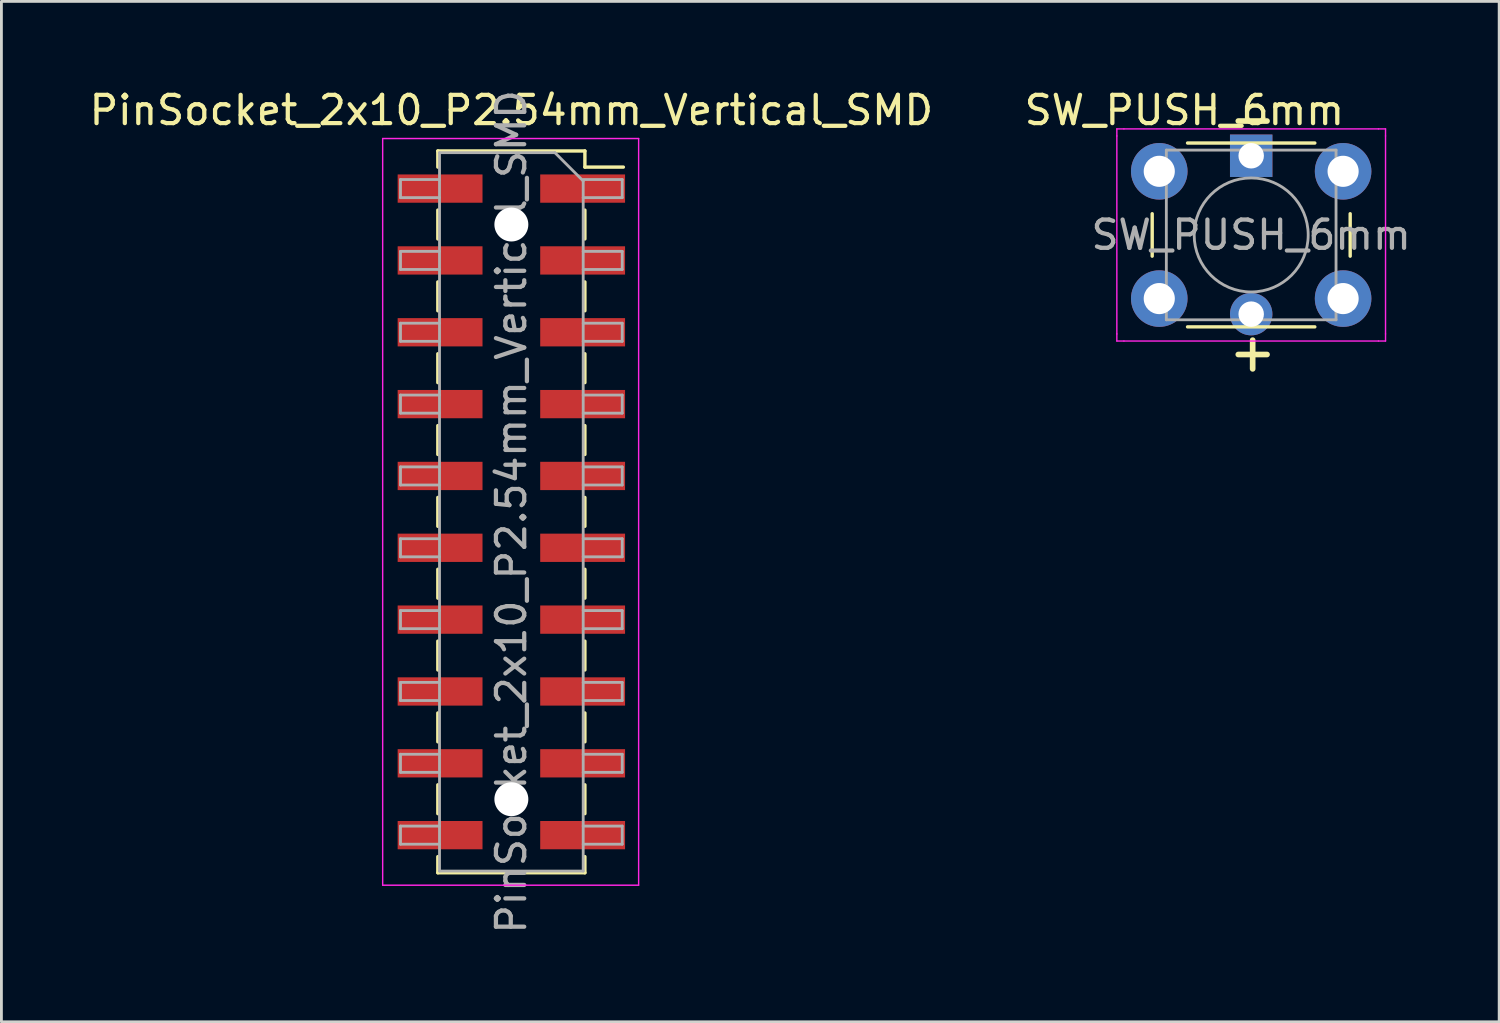
<source format=kicad_pcb>
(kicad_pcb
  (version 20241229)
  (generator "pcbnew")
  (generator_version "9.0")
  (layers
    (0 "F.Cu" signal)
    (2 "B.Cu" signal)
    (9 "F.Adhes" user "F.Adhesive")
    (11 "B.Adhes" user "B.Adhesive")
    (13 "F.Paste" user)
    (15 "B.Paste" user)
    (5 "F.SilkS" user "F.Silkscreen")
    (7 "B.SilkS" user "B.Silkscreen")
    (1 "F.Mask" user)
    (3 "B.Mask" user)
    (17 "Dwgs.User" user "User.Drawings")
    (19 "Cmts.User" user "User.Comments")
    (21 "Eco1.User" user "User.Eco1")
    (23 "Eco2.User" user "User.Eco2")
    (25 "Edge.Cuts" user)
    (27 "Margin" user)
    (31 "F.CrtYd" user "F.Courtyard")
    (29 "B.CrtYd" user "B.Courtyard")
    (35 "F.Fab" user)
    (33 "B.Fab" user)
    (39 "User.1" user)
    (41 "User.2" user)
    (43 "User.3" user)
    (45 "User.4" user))
  (footprint "PinSocket_2x10_P2.54mm_Vertical_SMD"
    (layer "F.Cu")
    (at 15.03 15.048)
    (property "Reference" "PinSocket_2x10_P2.54mm_Vertical_SMD" (at 0 -14.2 0) (layer "F.SilkS") (effects (font (size 1 1) (thickness 0.15))))
    (attr smd)
    (fp_line (start -2.6 -12.76) (end -2.6 -12.19) (stroke (width 0.12) (type solid)) (layer "F.SilkS"))
    (fp_line (start -2.6 -12.76) (end 2.6 -12.76) (stroke (width 0.12) (type solid)) (layer "F.SilkS"))
    (fp_line (start -2.6 -10.67) (end -2.6 -9.65) (stroke (width 0.12) (type solid)) (layer "F.SilkS"))
    (fp_line (start -2.6 -8.13) (end -2.6 -7.11) (stroke (width 0.12) (type solid)) (layer "F.SilkS"))
    (fp_line (start -2.6 -5.59) (end -2.6 -4.57) (stroke (width 0.12) (type solid)) (layer "F.SilkS"))
    (fp_line (start -2.6 -3.05) (end -2.6 -2.03) (stroke (width 0.12) (type solid)) (layer "F.SilkS"))
    (fp_line (start -2.6 -0.51) (end -2.6 0.51) (stroke (width 0.12) (type solid)) (layer "F.SilkS"))
    (fp_line (start -2.6 2.03) (end -2.6 3.05) (stroke (width 0.12) (type solid)) (layer "F.SilkS"))
    (fp_line (start -2.6 4.57) (end -2.6 5.59) (stroke (width 0.12) (type solid)) (layer "F.SilkS"))
    (fp_line (start -2.6 7.11) (end -2.6 8.13) (stroke (width 0.12) (type solid)) (layer "F.SilkS"))
    (fp_line (start -2.6 9.65) (end -2.6 10.67) (stroke (width 0.12) (type solid)) (layer "F.SilkS"))
    (fp_line (start -2.6 12.19) (end -2.6 12.76) (stroke (width 0.12) (type solid)) (layer "F.SilkS"))
    (fp_line (start -2.6 12.76) (end 2.6 12.76) (stroke (width 0.12) (type solid)) (layer "F.SilkS"))
    (fp_line (start 2.6 -12.76) (end 2.6 -12.19) (stroke (width 0.12) (type solid)) (layer "F.SilkS"))
    (fp_line (start 2.6 -12.19) (end 3.96 -12.19) (stroke (width 0.12) (type solid)) (layer "F.SilkS"))
    (fp_line (start 2.6 -10.67) (end 2.6 -9.65) (stroke (width 0.12) (type solid)) (layer "F.SilkS"))
    (fp_line (start 2.6 -8.13) (end 2.6 -7.11) (stroke (width 0.12) (type solid)) (layer "F.SilkS"))
    (fp_line (start 2.6 -5.59) (end 2.6 -4.57) (stroke (width 0.12) (type solid)) (layer "F.SilkS"))
    (fp_line (start 2.6 -3.05) (end 2.6 -2.03) (stroke (width 0.12) (type solid)) (layer "F.SilkS"))
    (fp_line (start 2.6 -0.51) (end 2.6 0.51) (stroke (width 0.12) (type solid)) (layer "F.SilkS"))
    (fp_line (start 2.6 2.03) (end 2.6 3.05) (stroke (width 0.12) (type solid)) (layer "F.SilkS"))
    (fp_line (start 2.6 4.57) (end 2.6 5.59) (stroke (width 0.12) (type solid)) (layer "F.SilkS"))
    (fp_line (start 2.6 7.11) (end 2.6 8.13) (stroke (width 0.12) (type solid)) (layer "F.SilkS"))
    (fp_line (start 2.6 9.65) (end 2.6 10.67) (stroke (width 0.12) (type solid)) (layer "F.SilkS"))
    (fp_line (start 2.6 12.19) (end 2.6 12.76) (stroke (width 0.12) (type solid)) (layer "F.SilkS"))
    (fp_line (start -4.55 -13.2) (end 4.5 -13.2) (stroke (width 0.05) (type solid)) (layer "F.CrtYd"))
    (fp_line (start -4.55 13.2) (end -4.55 -13.2) (stroke (width 0.05) (type solid)) (layer "F.CrtYd"))
    (fp_line (start 4.5 -13.2) (end 4.5 13.2) (stroke (width 0.05) (type solid)) (layer "F.CrtYd"))
    (fp_line (start 4.5 13.2) (end -4.55 13.2) (stroke (width 0.05) (type solid)) (layer "F.CrtYd"))
    (fp_line (start -3.92 -11.75) (end -2.54 -11.75) (stroke (width 0.1) (type solid)) (layer "F.Fab"))
    (fp_line (start -3.92 -11.11) (end -3.92 -11.75) (stroke (width 0.1) (type solid)) (layer "F.Fab"))
    (fp_line (start -3.92 -9.21) (end -2.54 -9.21) (stroke (width 0.1) (type solid)) (layer "F.Fab"))
    (fp_line (start -3.92 -8.57) (end -3.92 -9.21) (stroke (width 0.1) (type solid)) (layer "F.Fab"))
    (fp_line (start -3.92 -6.67) (end -2.54 -6.67) (stroke (width 0.1) (type solid)) (layer "F.Fab"))
    (fp_line (start -3.92 -6.03) (end -3.92 -6.67) (stroke (width 0.1) (type solid)) (layer "F.Fab"))
    (fp_line (start -3.92 -4.13) (end -2.54 -4.13) (stroke (width 0.1) (type solid)) (layer "F.Fab"))
    (fp_line (start -3.92 -3.49) (end -3.92 -4.13) (stroke (width 0.1) (type solid)) (layer "F.Fab"))
    (fp_line (start -3.92 -1.59) (end -2.54 -1.59) (stroke (width 0.1) (type solid)) (layer "F.Fab"))
    (fp_line (start -3.92 -0.95) (end -3.92 -1.59) (stroke (width 0.1) (type solid)) (layer "F.Fab"))
    (fp_line (start -3.92 0.95) (end -2.54 0.95) (stroke (width 0.1) (type solid)) (layer "F.Fab"))
    (fp_line (start -3.92 1.59) (end -3.92 0.95) (stroke (width 0.1) (type solid)) (layer "F.Fab"))
    (fp_line (start -3.92 3.49) (end -2.54 3.49) (stroke (width 0.1) (type solid)) (layer "F.Fab"))
    (fp_line (start -3.92 4.13) (end -3.92 3.49) (stroke (width 0.1) (type solid)) (layer "F.Fab"))
    (fp_line (start -3.92 6.03) (end -2.54 6.03) (stroke (width 0.1) (type solid)) (layer "F.Fab"))
    (fp_line (start -3.92 6.67) (end -3.92 6.03) (stroke (width 0.1) (type solid)) (layer "F.Fab"))
    (fp_line (start -3.92 8.57) (end -2.54 8.57) (stroke (width 0.1) (type solid)) (layer "F.Fab"))
    (fp_line (start -3.92 9.21) (end -3.92 8.57) (stroke (width 0.1) (type solid)) (layer "F.Fab"))
    (fp_line (start -3.92 11.11) (end -2.54 11.11) (stroke (width 0.1) (type solid)) (layer "F.Fab"))
    (fp_line (start -3.92 11.75) (end -3.92 11.11) (stroke (width 0.1) (type solid)) (layer "F.Fab"))
    (fp_line (start -2.54 -12.7) (end 1.54 -12.7) (stroke (width 0.1) (type solid)) (layer "F.Fab"))
    (fp_line (start -2.54 -11.11) (end -3.92 -11.11) (stroke (width 0.1) (type solid)) (layer "F.Fab"))
    (fp_line (start -2.54 -8.57) (end -3.92 -8.57) (stroke (width 0.1) (type solid)) (layer "F.Fab"))
    (fp_line (start -2.54 -6.03) (end -3.92 -6.03) (stroke (width 0.1) (type solid)) (layer "F.Fab"))
    (fp_line (start -2.54 -3.49) (end -3.92 -3.49) (stroke (width 0.1) (type solid)) (layer "F.Fab"))
    (fp_line (start -2.54 -0.95) (end -3.92 -0.95) (stroke (width 0.1) (type solid)) (layer "F.Fab"))
    (fp_line (start -2.54 1.59) (end -3.92 1.59) (stroke (width 0.1) (type solid)) (layer "F.Fab"))
    (fp_line (start -2.54 4.13) (end -3.92 4.13) (stroke (width 0.1) (type solid)) (layer "F.Fab"))
    (fp_line (start -2.54 6.67) (end -3.92 6.67) (stroke (width 0.1) (type solid)) (layer "F.Fab"))
    (fp_line (start -2.54 9.21) (end -3.92 9.21) (stroke (width 0.1) (type solid)) (layer "F.Fab"))
    (fp_line (start -2.54 11.75) (end -3.92 11.75) (stroke (width 0.1) (type solid)) (layer "F.Fab"))
    (fp_line (start -2.54 12.7) (end -2.54 -12.7) (stroke (width 0.1) (type solid)) (layer "F.Fab"))
    (fp_line (start 1.54 -12.7) (end 2.54 -11.7) (stroke (width 0.1) (type solid)) (layer "F.Fab"))
    (fp_line (start 2.54 -11.75) (end 3.92 -11.75) (stroke (width 0.1) (type solid)) (layer "F.Fab"))
    (fp_line (start 2.54 -11.7) (end 2.54 12.7) (stroke (width 0.1) (type solid)) (layer "F.Fab"))
    (fp_line (start 2.54 -9.21) (end 3.92 -9.21) (stroke (width 0.1) (type solid)) (layer "F.Fab"))
    (fp_line (start 2.54 -6.67) (end 3.92 -6.67) (stroke (width 0.1) (type solid)) (layer "F.Fab"))
    (fp_line (start 2.54 -4.13) (end 3.92 -4.13) (stroke (width 0.1) (type solid)) (layer "F.Fab"))
    (fp_line (start 2.54 -1.59) (end 3.92 -1.59) (stroke (width 0.1) (type solid)) (layer "F.Fab"))
    (fp_line (start 2.54 0.95) (end 3.92 0.95) (stroke (width 0.1) (type solid)) (layer "F.Fab"))
    (fp_line (start 2.54 3.49) (end 3.92 3.49) (stroke (width 0.1) (type solid)) (layer "F.Fab"))
    (fp_line (start 2.54 6.03) (end 3.92 6.03) (stroke (width 0.1) (type solid)) (layer "F.Fab"))
    (fp_line (start 2.54 8.57) (end 3.92 8.57) (stroke (width 0.1) (type solid)) (layer "F.Fab"))
    (fp_line (start 2.54 11.11) (end 3.92 11.11) (stroke (width 0.1) (type solid)) (layer "F.Fab"))
    (fp_line (start 2.54 12.7) (end -2.54 12.7) (stroke (width 0.1) (type solid)) (layer "F.Fab"))
    (fp_line (start 3.92 -11.75) (end 3.92 -11.11) (stroke (width 0.1) (type solid)) (layer "F.Fab"))
    (fp_line (start 3.92 -11.11) (end 2.54 -11.11) (stroke (width 0.1) (type solid)) (layer "F.Fab"))
    (fp_line (start 3.92 -9.21) (end 3.92 -8.57) (stroke (width 0.1) (type solid)) (layer "F.Fab"))
    (fp_line (start 3.92 -8.57) (end 2.54 -8.57) (stroke (width 0.1) (type solid)) (layer "F.Fab"))
    (fp_line (start 3.92 -6.67) (end 3.92 -6.03) (stroke (width 0.1) (type solid)) (layer "F.Fab"))
    (fp_line (start 3.92 -6.03) (end 2.54 -6.03) (stroke (width 0.1) (type solid)) (layer "F.Fab"))
    (fp_line (start 3.92 -4.13) (end 3.92 -3.49) (stroke (width 0.1) (type solid)) (layer "F.Fab"))
    (fp_line (start 3.92 -3.49) (end 2.54 -3.49) (stroke (width 0.1) (type solid)) (layer "F.Fab"))
    (fp_line (start 3.92 -1.59) (end 3.92 -0.95) (stroke (width 0.1) (type solid)) (layer "F.Fab"))
    (fp_line (start 3.92 -0.95) (end 2.54 -0.95) (stroke (width 0.1) (type solid)) (layer "F.Fab"))
    (fp_line (start 3.92 0.95) (end 3.92 1.59) (stroke (width 0.1) (type solid)) (layer "F.Fab"))
    (fp_line (start 3.92 1.59) (end 2.54 1.59) (stroke (width 0.1) (type solid)) (layer "F.Fab"))
    (fp_line (start 3.92 3.49) (end 3.92 4.13) (stroke (width 0.1) (type solid)) (layer "F.Fab"))
    (fp_line (start 3.92 4.13) (end 2.54 4.13) (stroke (width 0.1) (type solid)) (layer "F.Fab"))
    (fp_line (start 3.92 6.03) (end 3.92 6.67) (stroke (width 0.1) (type solid)) (layer "F.Fab"))
    (fp_line (start 3.92 6.67) (end 2.54 6.67) (stroke (width 0.1) (type solid)) (layer "F.Fab"))
    (fp_line (start 3.92 8.57) (end 3.92 9.21) (stroke (width 0.1) (type solid)) (layer "F.Fab"))
    (fp_line (start 3.92 9.21) (end 2.54 9.21) (stroke (width 0.1) (type solid)) (layer "F.Fab"))
    (fp_line (start 3.92 11.11) (end 3.92 11.75) (stroke (width 0.1) (type solid)) (layer "F.Fab"))
    (fp_line (start 3.92 11.75) (end 2.54 11.75) (stroke (width 0.1) (type solid)) (layer "F.Fab"))
    (fp_text user "${REFERENCE}" (at 0 0 270) (layer "F.Fab") (effects (font (size 1 1) (thickness 0.15))))
    (pad "" np_thru_hole circle (at 0 -10.16) (size 1.2 1.2) (drill 1.2) (layers "*.Cu" "*.Mask"))
    (pad "" np_thru_hole circle (at 0 10.16) (size 1.2 1.2) (drill 1.2) (layers "*.Cu" "*.Mask"))
    (pad "1" smd rect (at 2.52 -11.43) (size 3 1) (layers "F.Cu" "F.Mask" "F.Paste"))
    (pad "2" smd rect (at -2.52 -11.43) (size 3 1) (layers "F.Cu" "F.Mask" "F.Paste"))
    (pad "3" smd rect (at 2.52 -8.89) (size 3 1) (layers "F.Cu" "F.Mask" "F.Paste"))
    (pad "4" smd rect (at -2.52 -8.89) (size 3 1) (layers "F.Cu" "F.Mask" "F.Paste"))
    (pad "5" smd rect (at 2.52 -6.35) (size 3 1) (layers "F.Cu" "F.Mask" "F.Paste"))
    (pad "6" smd rect (at -2.52 -6.35) (size 3 1) (layers "F.Cu" "F.Mask" "F.Paste"))
    (pad "7" smd rect (at 2.52 -3.81) (size 3 1) (layers "F.Cu" "F.Mask" "F.Paste"))
    (pad "8" smd rect (at -2.52 -3.81) (size 3 1) (layers "F.Cu" "F.Mask" "F.Paste"))
    (pad "9" smd rect (at 2.52 -1.27) (size 3 1) (layers "F.Cu" "F.Mask" "F.Paste"))
    (pad "10" smd rect (at -2.52 -1.27) (size 3 1) (layers "F.Cu" "F.Mask" "F.Paste"))
    (pad "11" smd rect (at 2.52 1.27) (size 3 1) (layers "F.Cu" "F.Mask" "F.Paste"))
    (pad "12" smd rect (at -2.52 1.27) (size 3 1) (layers "F.Cu" "F.Mask" "F.Paste"))
    (pad "13" smd rect (at 2.52 3.81) (size 3 1) (layers "F.Cu" "F.Mask" "F.Paste"))
    (pad "14" smd rect (at -2.52 3.81) (size 3 1) (layers "F.Cu" "F.Mask" "F.Paste"))
    (pad "15" smd rect (at 2.52 6.35) (size 3 1) (layers "F.Cu" "F.Mask" "F.Paste"))
    (pad "16" smd rect (at -2.52 6.35) (size 3 1) (layers "F.Cu" "F.Mask" "F.Paste"))
    (pad "17" smd rect (at 2.52 8.89) (size 3 1) (layers "F.Cu" "F.Mask" "F.Paste"))
    (pad "18" smd rect (at -2.52 8.89) (size 3 1) (layers "F.Cu" "F.Mask" "F.Paste"))
    (pad "19" smd rect (at 2.52 11.43) (size 3 1) (layers "F.Cu" "F.Mask" "F.Paste"))
    (pad "20" smd rect (at -2.52 11.43) (size 3 1) (layers "F.Cu" "F.Mask" "F.Paste")))
  (footprint "SW_PUSH_6mm"
    (layer "F.Cu")
    (at 37.938 3.007)
    (property "Reference" "SW_PUSH_6mm" (at 0.889 -2.159 0) (layer "F.SilkS") (effects (font (size 1 1) (thickness 0.15))))
    (attr through_hole)
    (fp_line (start -0.25 1.5) (end -0.25 3) (stroke (width 0.12) (type solid)) (layer "F.SilkS"))
    (fp_line (start 1 5.5) (end 5.5 5.5) (stroke (width 0.12) (type solid)) (layer "F.SilkS"))
    (fp_line (start 2.794 -1.778) (end 3.81 -1.778) (stroke (width 0.2) (type solid)) (layer "F.SilkS"))
    (fp_line (start 2.794 6.477) (end 3.81 6.477) (stroke (width 0.2) (type solid)) (layer "F.SilkS"))
    (fp_line (start 3.302 5.969) (end 3.302 6.985) (stroke (width 0.2) (type solid)) (layer "F.SilkS"))
    (fp_line (start 5.5 -1) (end 1 -1) (stroke (width 0.12) (type solid)) (layer "F.SilkS"))
    (fp_line (start 6.75 3) (end 6.75 1.5) (stroke (width 0.12) (type solid)) (layer "F.SilkS"))
    (fp_line (start -1.5 -1.5) (end -1.25 -1.5) (stroke (width 0.05) (type solid)) (layer "F.CrtYd"))
    (fp_line (start -1.5 -1.25) (end -1.5 -1.5) (stroke (width 0.05) (type solid)) (layer "F.CrtYd"))
    (fp_line (start -1.5 5.75) (end -1.5 -1.25) (stroke (width 0.05) (type solid)) (layer "F.CrtYd"))
    (fp_line (start -1.5 5.75) (end -1.5 6) (stroke (width 0.05) (type solid)) (layer "F.CrtYd"))
    (fp_line (start -1.5 6) (end -1.25 6) (stroke (width 0.05) (type solid)) (layer "F.CrtYd"))
    (fp_line (start -1.25 -1.5) (end 7.75 -1.5) (stroke (width 0.05) (type solid)) (layer "F.CrtYd"))
    (fp_line (start 7.75 -1.5) (end 8 -1.5) (stroke (width 0.05) (type solid)) (layer "F.CrtYd"))
    (fp_line (start 7.75 6) (end -1.25 6) (stroke (width 0.05) (type solid)) (layer "F.CrtYd"))
    (fp_line (start 7.75 6) (end 8 6) (stroke (width 0.05) (type solid)) (layer "F.CrtYd"))
    (fp_line (start 8 -1.5) (end 8 -1.25) (stroke (width 0.05) (type solid)) (layer "F.CrtYd"))
    (fp_line (start 8 -1.25) (end 8 5.75) (stroke (width 0.05) (type solid)) (layer "F.CrtYd"))
    (fp_line (start 8 6) (end 8 5.75) (stroke (width 0.05) (type solid)) (layer "F.CrtYd"))
    (fp_line (start 0.25 -0.75) (end 3.25 -0.75) (stroke (width 0.1) (type solid)) (layer "F.Fab"))
    (fp_line (start 0.25 5.25) (end 0.25 -0.75) (stroke (width 0.1) (type solid)) (layer "F.Fab"))
    (fp_line (start 3.25 -0.75) (end 6.25 -0.75) (stroke (width 0.1) (type solid)) (layer "F.Fab"))
    (fp_line (start 6.25 -0.75) (end 6.25 5.25) (stroke (width 0.1) (type solid)) (layer "F.Fab"))
    (fp_line (start 6.25 5.25) (end 0.25 5.25) (stroke (width 0.1) (type solid)) (layer "F.Fab"))
    (fp_circle (center 3.25 2.25) (end 1.25 2.5) (stroke (width 0.1) (type solid)) (fill no) (layer "F.Fab"))
    (fp_text user "${REFERENCE}" (at 3.25 2.25 0) (layer "F.Fab") (effects (font (size 1 1) (thickness 0.15))))
    (pad "1" thru_hole circle (at 0 0 90) (size 2 2) (drill 1.1) (layers "*.Cu" "*.Mask"))
    (pad "1" thru_hole circle (at 6.5 0 90) (size 2 2) (drill 1.1) (layers "*.Cu" "*.Mask"))
    (pad "2" thru_hole rect (at 3.25 -0.55 90) (size 1.5 1.5) (drill 0.9) (layers "*.Cu" "*.Mask"))
    (pad "3" thru_hole circle (at 3.25 5.05 90) (size 1.5 1.5) (drill 0.9) (layers "*.Cu" "*.Mask"))
    (pad "4" thru_hole circle (at 0 4.5 90) (size 2 2) (drill 1.1) (layers "*.Cu" "*.Mask"))
    (pad "4" thru_hole circle (at 6.5 4.5 90) (size 2 2) (drill 1.1) (layers "*.Cu" "*.Mask")))
  (gr_rect
    (start -3 -3)
    (end 49.956 33.078)
    (stroke (width 0.1) (type default))
    (fill no)
    (layer "Edge.Cuts")))
</source>
